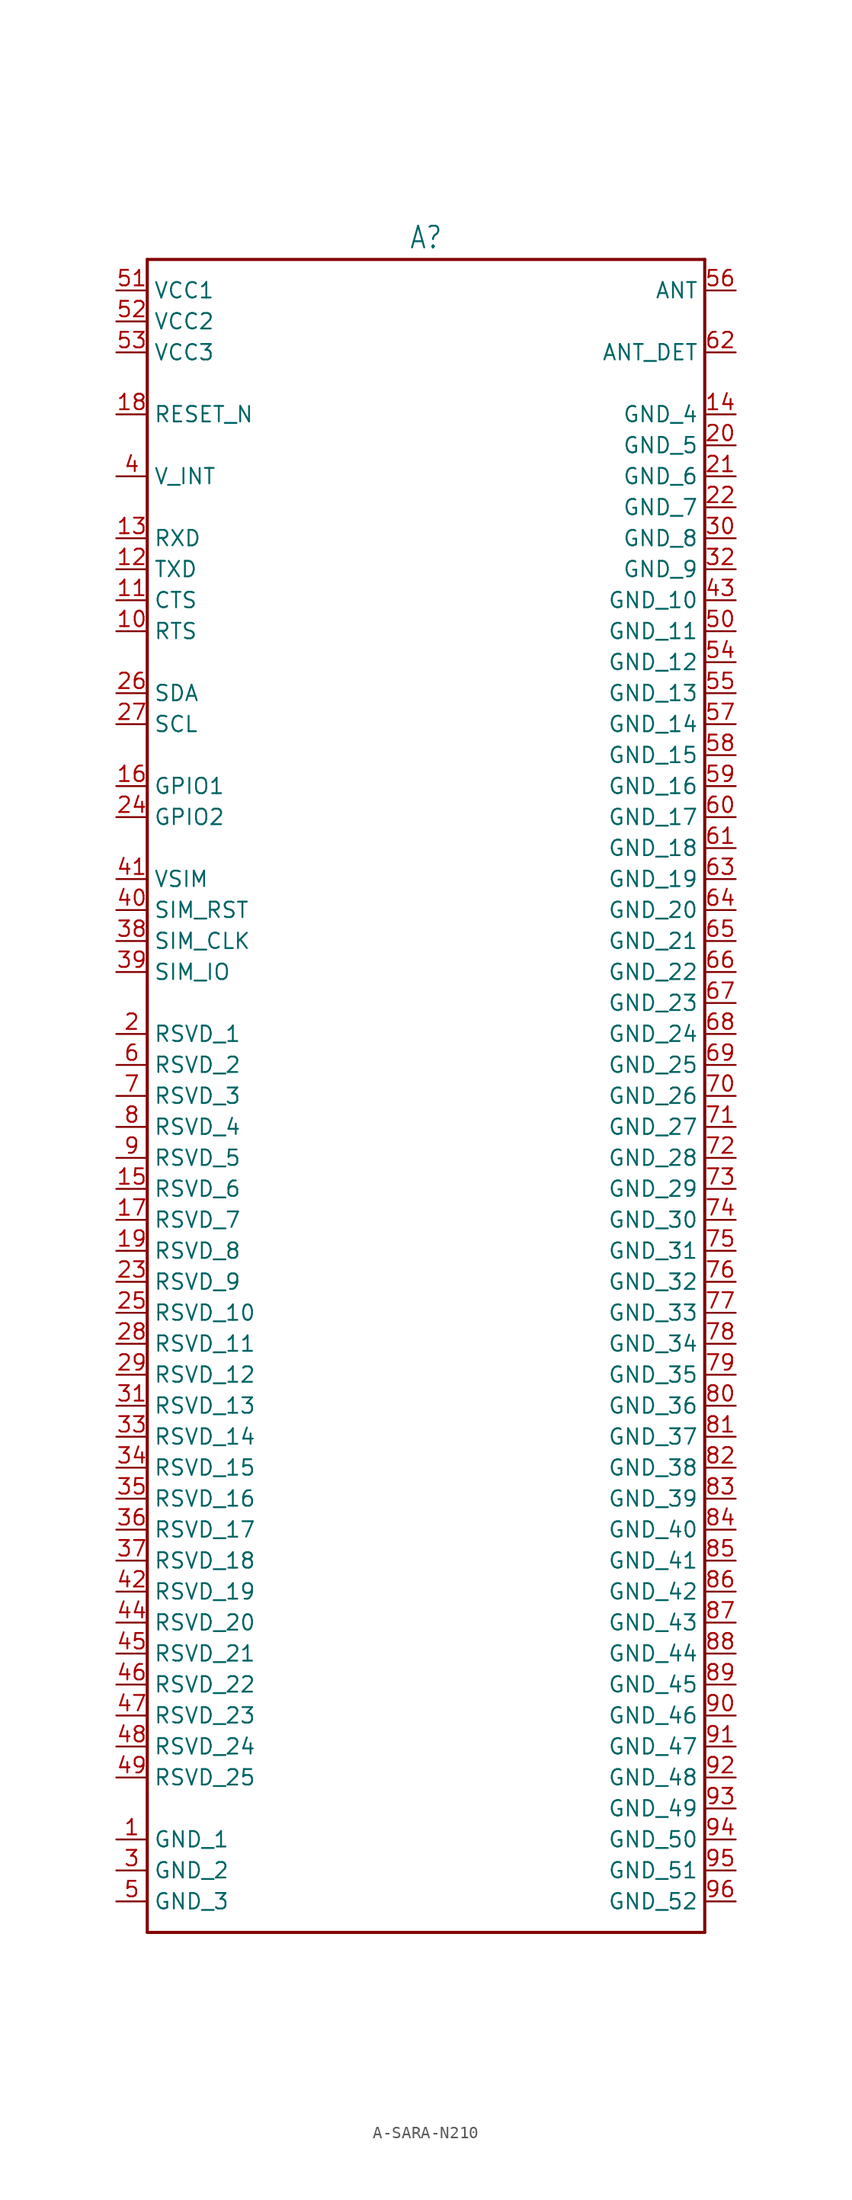
<source format=kicad_sym>
(kicad_symbol_lib
  (version 20231120)
  (generator "kicad_symbol_editor")
  (generator_version "8.0")
  (symbol "A-SARA-N210"
    (property "Reference" "A"
      (at 0 69.342 0)
      (effects (font (size 1.778 1.511)) (justify bottom)))
    (property "Value" ""
      (at 0 -69.342 0)
      (effects (font (size 1.778 1.511)) (justify top)))
    (property "ki_locked" ""
      (at 0 0 0)
      (effects (font (size 1.27 1.27))))
    (symbol "A-SARA-N210_1_0"
      (polyline (pts (xy -22.86 -68.58) (xy 22.86 -68.58)) (stroke (width 0.254) (type solid)) (fill (type none)))
      (polyline (pts (xy -22.86 68.58) (xy -22.86 -68.58)) (stroke (width 0.254) (type solid)) (fill (type none)))
      (polyline (pts (xy 22.86 -68.58) (xy 22.86 68.58)) (stroke (width 0.254) (type solid)) (fill (type none)))
      (polyline (pts (xy 22.86 68.58) (xy -22.86 68.58)) (stroke (width 0.254) (type solid)) (fill (type none)))
      (pin passive line (at -25.4 -60.96 0) (length 2.54) (name "GND_1" (effects (font (size 1.27 1.27)))) (number "1" (effects (font (size 1.27 1.27)))))
      (pin passive line (at -25.4 38.1 0) (length 2.54) (name "RTS" (effects (font (size 1.27 1.27)))) (number "10" (effects (font (size 1.27 1.27)))))
      (pin passive line (at -25.4 40.64 0) (length 2.54) (name "CTS" (effects (font (size 1.27 1.27)))) (number "11" (effects (font (size 1.27 1.27)))))
      (pin passive line (at -25.4 43.18 0) (length 2.54) (name "TXD" (effects (font (size 1.27 1.27)))) (number "12" (effects (font (size 1.27 1.27)))))
      (pin passive line (at -25.4 45.72 0) (length 2.54) (name "RXD" (effects (font (size 1.27 1.27)))) (number "13" (effects (font (size 1.27 1.27)))))
      (pin passive line (at 25.4 55.88 180) (length 2.54) (name "GND_4" (effects (font (size 1.27 1.27)))) (number "14" (effects (font (size 1.27 1.27)))))
      (pin passive line (at -25.4 -7.62 0) (length 2.54) (name "RSVD_6" (effects (font (size 1.27 1.27)))) (number "15" (effects (font (size 1.27 1.27)))))
      (pin passive line (at -25.4 25.4 0) (length 2.54) (name "GPIO1" (effects (font (size 1.27 1.27)))) (number "16" (effects (font (size 1.27 1.27)))))
      (pin passive line (at -25.4 -10.16 0) (length 2.54) (name "RSVD_7" (effects (font (size 1.27 1.27)))) (number "17" (effects (font (size 1.27 1.27)))))
      (pin passive line (at -25.4 55.88 0) (length 2.54) (name "RESET_N" (effects (font (size 1.27 1.27)))) (number "18" (effects (font (size 1.27 1.27)))))
      (pin passive line (at -25.4 -12.7 0) (length 2.54) (name "RSVD_8" (effects (font (size 1.27 1.27)))) (number "19" (effects (font (size 1.27 1.27)))))
      (pin passive line (at -25.4 5.08 0) (length 2.54) (name "RSVD_1" (effects (font (size 1.27 1.27)))) (number "2" (effects (font (size 1.27 1.27)))))
      (pin passive line (at 25.4 53.34 180) (length 2.54) (name "GND_5" (effects (font (size 1.27 1.27)))) (number "20" (effects (font (size 1.27 1.27)))))
      (pin passive line (at 25.4 50.8 180) (length 2.54) (name "GND_6" (effects (font (size 1.27 1.27)))) (number "21" (effects (font (size 1.27 1.27)))))
      (pin passive line (at 25.4 48.26 180) (length 2.54) (name "GND_7" (effects (font (size 1.27 1.27)))) (number "22" (effects (font (size 1.27 1.27)))))
      (pin passive line (at -25.4 -15.24 0) (length 2.54) (name "RSVD_9" (effects (font (size 1.27 1.27)))) (number "23" (effects (font (size 1.27 1.27)))))
      (pin passive line (at -25.4 22.86 0) (length 2.54) (name "GPIO2" (effects (font (size 1.27 1.27)))) (number "24" (effects (font (size 1.27 1.27)))))
      (pin passive line (at -25.4 -17.78 0) (length 2.54) (name "RSVD_10" (effects (font (size 1.27 1.27)))) (number "25" (effects (font (size 1.27 1.27)))))
      (pin passive line (at -25.4 33.02 0) (length 2.54) (name "SDA" (effects (font (size 1.27 1.27)))) (number "26" (effects (font (size 1.27 1.27)))))
      (pin passive line (at -25.4 30.48 0) (length 2.54) (name "SCL" (effects (font (size 1.27 1.27)))) (number "27" (effects (font (size 1.27 1.27)))))
      (pin passive line (at -25.4 -20.32 0) (length 2.54) (name "RSVD_11" (effects (font (size 1.27 1.27)))) (number "28" (effects (font (size 1.27 1.27)))))
      (pin passive line (at -25.4 -22.86 0) (length 2.54) (name "RSVD_12" (effects (font (size 1.27 1.27)))) (number "29" (effects (font (size 1.27 1.27)))))
      (pin passive line (at -25.4 -63.5 0) (length 2.54) (name "GND_2" (effects (font (size 1.27 1.27)))) (number "3" (effects (font (size 1.27 1.27)))))
      (pin passive line (at 25.4 45.72 180) (length 2.54) (name "GND_8" (effects (font (size 1.27 1.27)))) (number "30" (effects (font (size 1.27 1.27)))))
      (pin passive line (at -25.4 -25.4 0) (length 2.54) (name "RSVD_13" (effects (font (size 1.27 1.27)))) (number "31" (effects (font (size 1.27 1.27)))))
      (pin passive line (at 25.4 43.18 180) (length 2.54) (name "GND_9" (effects (font (size 1.27 1.27)))) (number "32" (effects (font (size 1.27 1.27)))))
      (pin passive line (at -25.4 -27.94 0) (length 2.54) (name "RSVD_14" (effects (font (size 1.27 1.27)))) (number "33" (effects (font (size 1.27 1.27)))))
      (pin passive line (at -25.4 -30.48 0) (length 2.54) (name "RSVD_15" (effects (font (size 1.27 1.27)))) (number "34" (effects (font (size 1.27 1.27)))))
      (pin passive line (at -25.4 -33.02 0) (length 2.54) (name "RSVD_16" (effects (font (size 1.27 1.27)))) (number "35" (effects (font (size 1.27 1.27)))))
      (pin passive line (at -25.4 -35.56 0) (length 2.54) (name "RSVD_17" (effects (font (size 1.27 1.27)))) (number "36" (effects (font (size 1.27 1.27)))))
      (pin passive line (at -25.4 -38.1 0) (length 2.54) (name "RSVD_18" (effects (font (size 1.27 1.27)))) (number "37" (effects (font (size 1.27 1.27)))))
      (pin passive line (at -25.4 12.7 0) (length 2.54) (name "SIM_CLK" (effects (font (size 1.27 1.27)))) (number "38" (effects (font (size 1.27 1.27)))))
      (pin passive line (at -25.4 10.16 0) (length 2.54) (name "SIM_IO" (effects (font (size 1.27 1.27)))) (number "39" (effects (font (size 1.27 1.27)))))
      (pin passive line (at -25.4 50.8 0) (length 2.54) (name "V_INT" (effects (font (size 1.27 1.27)))) (number "4" (effects (font (size 1.27 1.27)))))
      (pin passive line (at -25.4 15.24 0) (length 2.54) (name "SIM_RST" (effects (font (size 1.27 1.27)))) (number "40" (effects (font (size 1.27 1.27)))))
      (pin passive line (at -25.4 17.78 0) (length 2.54) (name "VSIM" (effects (font (size 1.27 1.27)))) (number "41" (effects (font (size 1.27 1.27)))))
      (pin passive line (at -25.4 -40.64 0) (length 2.54) (name "RSVD_19" (effects (font (size 1.27 1.27)))) (number "42" (effects (font (size 1.27 1.27)))))
      (pin passive line (at 25.4 40.64 180) (length 2.54) (name "GND_10" (effects (font (size 1.27 1.27)))) (number "43" (effects (font (size 1.27 1.27)))))
      (pin passive line (at -25.4 -43.18 0) (length 2.54) (name "RSVD_20" (effects (font (size 1.27 1.27)))) (number "44" (effects (font (size 1.27 1.27)))))
      (pin passive line (at -25.4 -45.72 0) (length 2.54) (name "RSVD_21" (effects (font (size 1.27 1.27)))) (number "45" (effects (font (size 1.27 1.27)))))
      (pin passive line (at -25.4 -48.26 0) (length 2.54) (name "RSVD_22" (effects (font (size 1.27 1.27)))) (number "46" (effects (font (size 1.27 1.27)))))
      (pin passive line (at -25.4 -50.8 0) (length 2.54) (name "RSVD_23" (effects (font (size 1.27 1.27)))) (number "47" (effects (font (size 1.27 1.27)))))
      (pin passive line (at -25.4 -53.34 0) (length 2.54) (name "RSVD_24" (effects (font (size 1.27 1.27)))) (number "48" (effects (font (size 1.27 1.27)))))
      (pin passive line (at -25.4 -55.88 0) (length 2.54) (name "RSVD_25" (effects (font (size 1.27 1.27)))) (number "49" (effects (font (size 1.27 1.27)))))
      (pin passive line (at -25.4 -66.04 0) (length 2.54) (name "GND_3" (effects (font (size 1.27 1.27)))) (number "5" (effects (font (size 1.27 1.27)))))
      (pin passive line (at 25.4 38.1 180) (length 2.54) (name "GND_11" (effects (font (size 1.27 1.27)))) (number "50" (effects (font (size 1.27 1.27)))))
      (pin passive line (at -25.4 66.04 0) (length 2.54) (name "VCC1" (effects (font (size 1.27 1.27)))) (number "51" (effects (font (size 1.27 1.27)))))
      (pin passive line (at -25.4 63.5 0) (length 2.54) (name "VCC2" (effects (font (size 1.27 1.27)))) (number "52" (effects (font (size 1.27 1.27)))))
      (pin passive line (at -25.4 60.96 0) (length 2.54) (name "VCC3" (effects (font (size 1.27 1.27)))) (number "53" (effects (font (size 1.27 1.27)))))
      (pin passive line (at 25.4 35.56 180) (length 2.54) (name "GND_12" (effects (font (size 1.27 1.27)))) (number "54" (effects (font (size 1.27 1.27)))))
      (pin passive line (at 25.4 33.02 180) (length 2.54) (name "GND_13" (effects (font (size 1.27 1.27)))) (number "55" (effects (font (size 1.27 1.27)))))
      (pin passive line (at 25.4 66.04 180) (length 2.54) (name "ANT" (effects (font (size 1.27 1.27)))) (number "56" (effects (font (size 1.27 1.27)))))
      (pin passive line (at 25.4 30.48 180) (length 2.54) (name "GND_14" (effects (font (size 1.27 1.27)))) (number "57" (effects (font (size 1.27 1.27)))))
      (pin passive line (at 25.4 27.94 180) (length 2.54) (name "GND_15" (effects (font (size 1.27 1.27)))) (number "58" (effects (font (size 1.27 1.27)))))
      (pin passive line (at 25.4 25.4 180) (length 2.54) (name "GND_16" (effects (font (size 1.27 1.27)))) (number "59" (effects (font (size 1.27 1.27)))))
      (pin passive line (at -25.4 2.54 0) (length 2.54) (name "RSVD_2" (effects (font (size 1.27 1.27)))) (number "6" (effects (font (size 1.27 1.27)))))
      (pin passive line (at 25.4 22.86 180) (length 2.54) (name "GND_17" (effects (font (size 1.27 1.27)))) (number "60" (effects (font (size 1.27 1.27)))))
      (pin passive line (at 25.4 20.32 180) (length 2.54) (name "GND_18" (effects (font (size 1.27 1.27)))) (number "61" (effects (font (size 1.27 1.27)))))
      (pin passive line (at 25.4 60.96 180) (length 2.54) (name "ANT_DET" (effects (font (size 1.27 1.27)))) (number "62" (effects (font (size 1.27 1.27)))))
      (pin passive line (at 25.4 17.78 180) (length 2.54) (name "GND_19" (effects (font (size 1.27 1.27)))) (number "63" (effects (font (size 1.27 1.27)))))
      (pin passive line (at 25.4 15.24 180) (length 2.54) (name "GND_20" (effects (font (size 1.27 1.27)))) (number "64" (effects (font (size 1.27 1.27)))))
      (pin passive line (at 25.4 12.7 180) (length 2.54) (name "GND_21" (effects (font (size 1.27 1.27)))) (number "65" (effects (font (size 1.27 1.27)))))
      (pin passive line (at 25.4 10.16 180) (length 2.54) (name "GND_22" (effects (font (size 1.27 1.27)))) (number "66" (effects (font (size 1.27 1.27)))))
      (pin passive line (at 25.4 7.62 180) (length 2.54) (name "GND_23" (effects (font (size 1.27 1.27)))) (number "67" (effects (font (size 1.27 1.27)))))
      (pin passive line (at 25.4 5.08 180) (length 2.54) (name "GND_24" (effects (font (size 1.27 1.27)))) (number "68" (effects (font (size 1.27 1.27)))))
      (pin passive line (at 25.4 2.54 180) (length 2.54) (name "GND_25" (effects (font (size 1.27 1.27)))) (number "69" (effects (font (size 1.27 1.27)))))
      (pin passive line (at -25.4 0 0) (length 2.54) (name "RSVD_3" (effects (font (size 1.27 1.27)))) (number "7" (effects (font (size 1.27 1.27)))))
      (pin passive line (at 25.4 0 180) (length 2.54) (name "GND_26" (effects (font (size 1.27 1.27)))) (number "70" (effects (font (size 1.27 1.27)))))
      (pin passive line (at 25.4 -2.54 180) (length 2.54) (name "GND_27" (effects (font (size 1.27 1.27)))) (number "71" (effects (font (size 1.27 1.27)))))
      (pin passive line (at 25.4 -5.08 180) (length 2.54) (name "GND_28" (effects (font (size 1.27 1.27)))) (number "72" (effects (font (size 1.27 1.27)))))
      (pin passive line (at 25.4 -7.62 180) (length 2.54) (name "GND_29" (effects (font (size 1.27 1.27)))) (number "73" (effects (font (size 1.27 1.27)))))
      (pin passive line (at 25.4 -10.16 180) (length 2.54) (name "GND_30" (effects (font (size 1.27 1.27)))) (number "74" (effects (font (size 1.27 1.27)))))
      (pin passive line (at 25.4 -12.7 180) (length 2.54) (name "GND_31" (effects (font (size 1.27 1.27)))) (number "75" (effects (font (size 1.27 1.27)))))
      (pin passive line (at 25.4 -15.24 180) (length 2.54) (name "GND_32" (effects (font (size 1.27 1.27)))) (number "76" (effects (font (size 1.27 1.27)))))
      (pin passive line (at 25.4 -17.78 180) (length 2.54) (name "GND_33" (effects (font (size 1.27 1.27)))) (number "77" (effects (font (size 1.27 1.27)))))
      (pin passive line (at 25.4 -20.32 180) (length 2.54) (name "GND_34" (effects (font (size 1.27 1.27)))) (number "78" (effects (font (size 1.27 1.27)))))
      (pin passive line (at 25.4 -22.86 180) (length 2.54) (name "GND_35" (effects (font (size 1.27 1.27)))) (number "79" (effects (font (size 1.27 1.27)))))
      (pin passive line (at -25.4 -2.54 0) (length 2.54) (name "RSVD_4" (effects (font (size 1.27 1.27)))) (number "8" (effects (font (size 1.27 1.27)))))
      (pin passive line (at 25.4 -25.4 180) (length 2.54) (name "GND_36" (effects (font (size 1.27 1.27)))) (number "80" (effects (font (size 1.27 1.27)))))
      (pin passive line (at 25.4 -27.94 180) (length 2.54) (name "GND_37" (effects (font (size 1.27 1.27)))) (number "81" (effects (font (size 1.27 1.27)))))
      (pin passive line (at 25.4 -30.48 180) (length 2.54) (name "GND_38" (effects (font (size 1.27 1.27)))) (number "82" (effects (font (size 1.27 1.27)))))
      (pin passive line (at 25.4 -33.02 180) (length 2.54) (name "GND_39" (effects (font (size 1.27 1.27)))) (number "83" (effects (font (size 1.27 1.27)))))
      (pin passive line (at 25.4 -35.56 180) (length 2.54) (name "GND_40" (effects (font (size 1.27 1.27)))) (number "84" (effects (font (size 1.27 1.27)))))
      (pin passive line (at 25.4 -38.1 180) (length 2.54) (name "GND_41" (effects (font (size 1.27 1.27)))) (number "85" (effects (font (size 1.27 1.27)))))
      (pin passive line (at 25.4 -40.64 180) (length 2.54) (name "GND_42" (effects (font (size 1.27 1.27)))) (number "86" (effects (font (size 1.27 1.27)))))
      (pin passive line (at 25.4 -43.18 180) (length 2.54) (name "GND_43" (effects (font (size 1.27 1.27)))) (number "87" (effects (font (size 1.27 1.27)))))
      (pin passive line (at 25.4 -45.72 180) (length 2.54) (name "GND_44" (effects (font (size 1.27 1.27)))) (number "88" (effects (font (size 1.27 1.27)))))
      (pin passive line (at 25.4 -48.26 180) (length 2.54) (name "GND_45" (effects (font (size 1.27 1.27)))) (number "89" (effects (font (size 1.27 1.27)))))
      (pin passive line (at -25.4 -5.08 0) (length 2.54) (name "RSVD_5" (effects (font (size 1.27 1.27)))) (number "9" (effects (font (size 1.27 1.27)))))
      (pin passive line (at 25.4 -50.8 180) (length 2.54) (name "GND_46" (effects (font (size 1.27 1.27)))) (number "90" (effects (font (size 1.27 1.27)))))
      (pin passive line (at 25.4 -53.34 180) (length 2.54) (name "GND_47" (effects (font (size 1.27 1.27)))) (number "91" (effects (font (size 1.27 1.27)))))
      (pin passive line (at 25.4 -55.88 180) (length 2.54) (name "GND_48" (effects (font (size 1.27 1.27)))) (number "92" (effects (font (size 1.27 1.27)))))
      (pin passive line (at 25.4 -58.42 180) (length 2.54) (name "GND_49" (effects (font (size 1.27 1.27)))) (number "93" (effects (font (size 1.27 1.27)))))
      (pin passive line (at 25.4 -60.96 180) (length 2.54) (name "GND_50" (effects (font (size 1.27 1.27)))) (number "94" (effects (font (size 1.27 1.27)))))
      (pin passive line (at 25.4 -63.5 180) (length 2.54) (name "GND_51" (effects (font (size 1.27 1.27)))) (number "95" (effects (font (size 1.27 1.27)))))
      (pin passive line (at 25.4 -66.04 180) (length 2.54) (name "GND_52" (effects (font (size 1.27 1.27)))) (number "96" (effects (font (size 1.27 1.27))))))))
</source>
